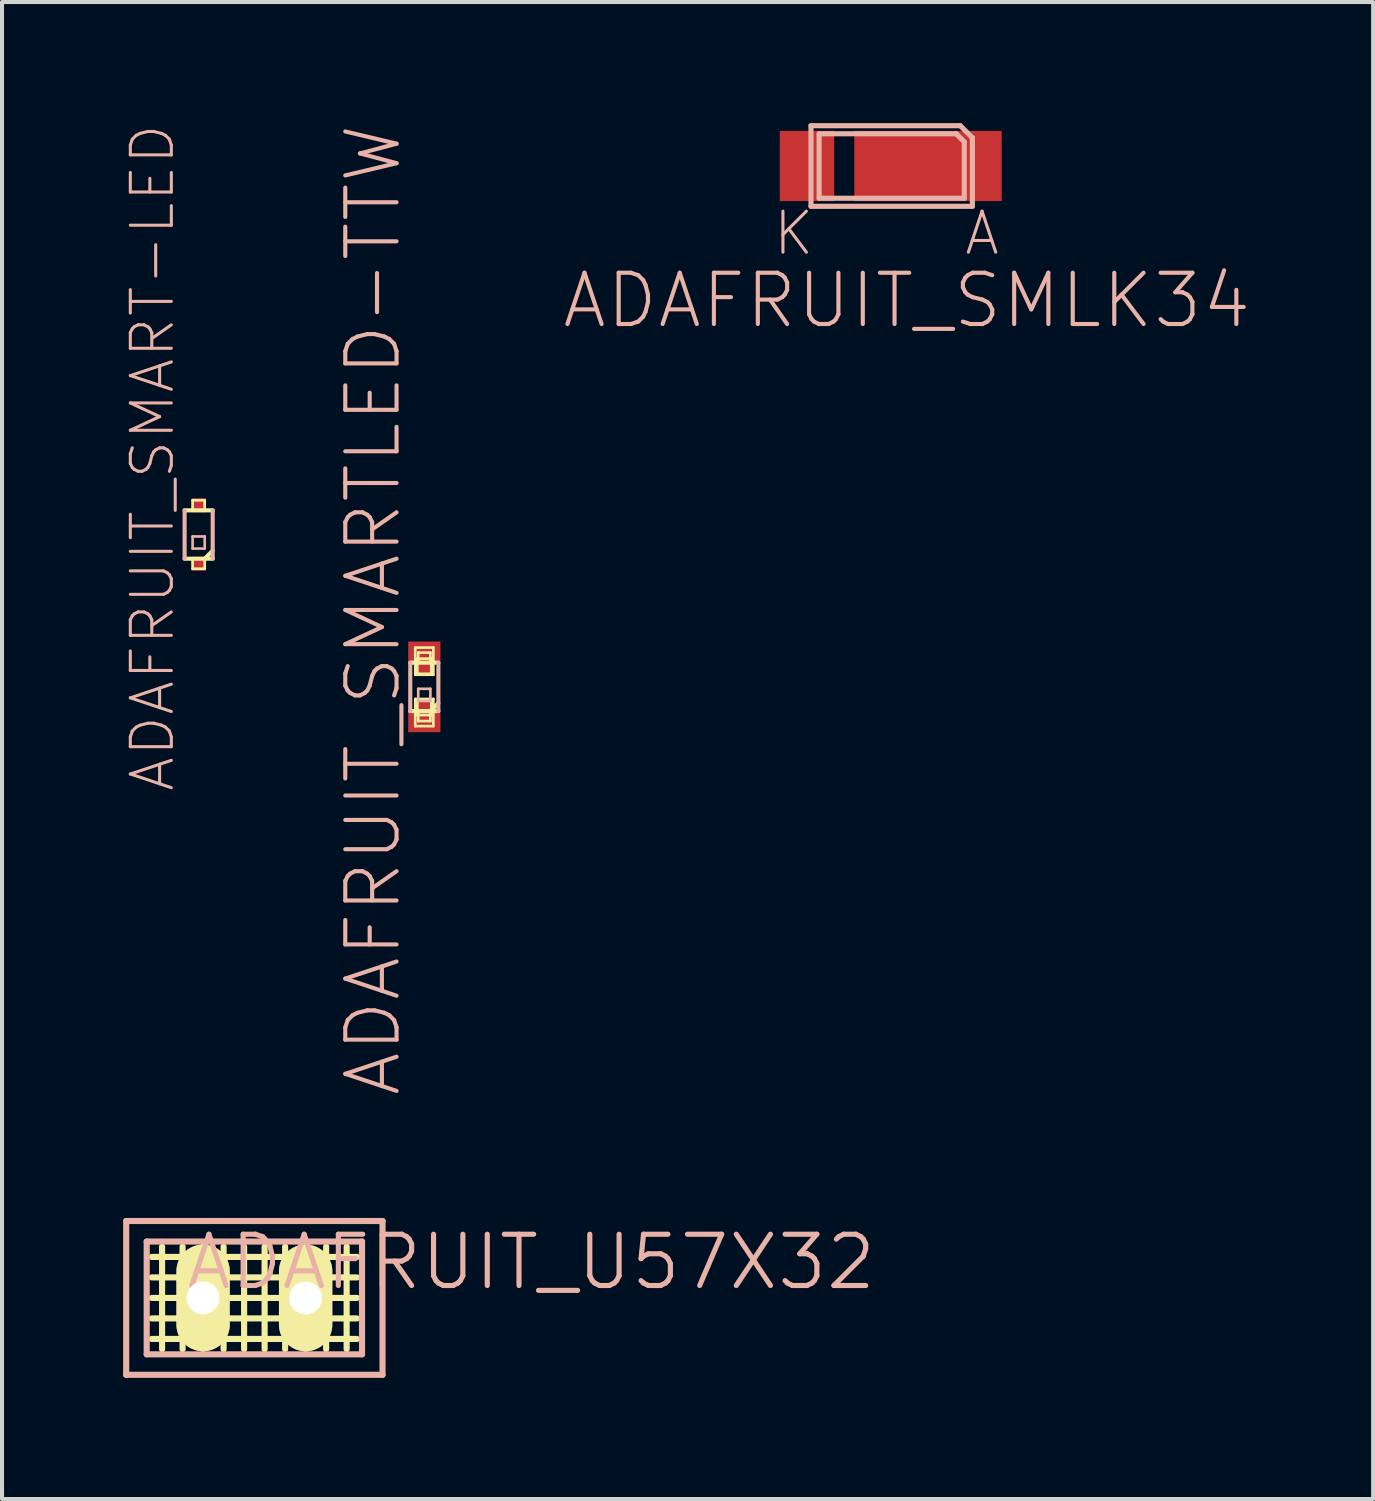
<source format=kicad_pcb>
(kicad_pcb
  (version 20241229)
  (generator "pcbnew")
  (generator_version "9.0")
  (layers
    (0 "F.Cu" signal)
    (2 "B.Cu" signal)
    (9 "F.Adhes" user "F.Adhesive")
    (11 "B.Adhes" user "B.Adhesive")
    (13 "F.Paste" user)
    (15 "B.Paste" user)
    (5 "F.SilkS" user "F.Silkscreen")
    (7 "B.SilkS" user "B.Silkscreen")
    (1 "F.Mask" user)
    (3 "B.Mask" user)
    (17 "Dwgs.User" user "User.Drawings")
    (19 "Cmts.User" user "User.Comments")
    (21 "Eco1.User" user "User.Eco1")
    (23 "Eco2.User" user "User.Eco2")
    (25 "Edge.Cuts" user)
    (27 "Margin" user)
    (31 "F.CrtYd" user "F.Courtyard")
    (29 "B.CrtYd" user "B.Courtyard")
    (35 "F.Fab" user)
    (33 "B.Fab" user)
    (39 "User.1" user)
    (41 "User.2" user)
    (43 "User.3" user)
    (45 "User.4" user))
  (footprint "ADAFRUIT_SMART-LED"
    (layer "F.Cu")
    (at 1.871 10.191)
    (property "Reference" "ADAFRUIT_SMART-LED" (at -1.143 -1.905 90) (layer "B.SilkS") (effects (font (size 1.016 1.016) (thickness 0.076))))
    (attr smd)
    (fp_line (start -0.348 -0.599) (end 0.348 -0.599) (stroke (width 0.102) (type solid)) (layer "F.SilkS"))
    (fp_line (start -0.15 -0.848) (end 0.15 -0.848) (stroke (width 0.066) (type solid)) (layer "F.SilkS"))
    (fp_line (start -0.15 -0.599) (end -0.15 -0.848) (stroke (width 0.066) (type solid)) (layer "F.SilkS"))
    (fp_line (start -0.15 -0.599) (end 0.15 -0.599) (stroke (width 0.066) (type solid)) (layer "F.SilkS"))
    (fp_line (start -0.15 0.599) (end 0.15 0.599) (stroke (width 0.066) (type solid)) (layer "F.SilkS"))
    (fp_line (start -0.15 0.848) (end -0.15 0.599) (stroke (width 0.066) (type solid)) (layer "F.SilkS"))
    (fp_line (start -0.15 0.848) (end 0.15 0.848) (stroke (width 0.066) (type solid)) (layer "F.SilkS"))
    (fp_line (start 0.15 -0.599) (end 0.15 -0.848) (stroke (width 0.066) (type solid)) (layer "F.SilkS"))
    (fp_line (start 0.15 0.848) (end 0.15 0.599) (stroke (width 0.066) (type solid)) (layer "F.SilkS"))
    (fp_line (start 0.348 0.399) (end 0.15 0.599) (stroke (width 0.102) (type solid)) (layer "F.SilkS"))
    (fp_line (start 0.348 0.599) (end -0.348 0.599) (stroke (width 0.102) (type solid)) (layer "F.SilkS"))
    (fp_line (start -0.348 0.599) (end -0.348 -0.599) (stroke (width 0.102) (type solid)) (layer "B.SilkS"))
    (fp_line (start -0.15 0.048) (end 0.15 0.048) (stroke (width 0.066) (type solid)) (layer "B.SilkS"))
    (fp_line (start -0.15 0.348) (end -0.15 0.048) (stroke (width 0.066) (type solid)) (layer "B.SilkS"))
    (fp_line (start -0.15 0.348) (end 0.15 0.348) (stroke (width 0.066) (type solid)) (layer "B.SilkS"))
    (fp_line (start 0.15 0.348) (end 0.15 0.048) (stroke (width 0.066) (type solid)) (layer "B.SilkS"))
    (fp_line (start 0.348 -0.599) (end 0.348 0.599) (stroke (width 0.102) (type solid)) (layer "B.SilkS"))
    (pad "A" smd rect (at 0 -0.724) (size 0.348 0.348) (layers "F.Cu" "F.Mask" "F.Paste"))
    (pad "B" smd rect (at 0 0.724) (size 0.348 0.348) (layers "F.Cu" "F.Mask" "F.Paste")))
  (footprint "ADAFRUIT_SMARTLED-TTW"
    (layer "F.Cu")
    (at 7.461 13.965)
    (property "Reference" "ADAFRUIT_SMARTLED-TTW" (at -1.27 -1.905 90) (layer "B.SilkS") (effects (font (size 1.27 1.27) (thickness 0.102))))
    (attr smd)
    (fp_line (start -0.348 -0.599) (end 0.348 -0.599) (stroke (width 0.102) (type solid)) (layer "F.SilkS"))
    (fp_line (start -0.224 -0.973) (end 0.224 -0.973) (stroke (width 0.066) (type solid)) (layer "F.SilkS"))
    (fp_line (start -0.224 -0.3) (end -0.224 -0.973) (stroke (width 0.066) (type solid)) (layer "F.SilkS"))
    (fp_line (start -0.224 -0.3) (end 0.224 -0.3) (stroke (width 0.066) (type solid)) (layer "F.SilkS"))
    (fp_line (start -0.224 0.3) (end 0.224 0.3) (stroke (width 0.066) (type solid)) (layer "F.SilkS"))
    (fp_line (start -0.224 0.973) (end -0.224 0.3) (stroke (width 0.066) (type solid)) (layer "F.SilkS"))
    (fp_line (start -0.224 0.973) (end 0.224 0.973) (stroke (width 0.066) (type solid)) (layer "F.SilkS"))
    (fp_line (start -0.173 -0.699) (end 0.173 -0.699) (stroke (width 0.066) (type solid)) (layer "F.SilkS"))
    (fp_line (start -0.173 -0.323) (end -0.173 -0.699) (stroke (width 0.066) (type solid)) (layer "F.SilkS"))
    (fp_line (start -0.173 -0.323) (end 0.173 -0.323) (stroke (width 0.066) (type solid)) (layer "F.SilkS"))
    (fp_line (start -0.173 0.323) (end 0.173 0.323) (stroke (width 0.066) (type solid)) (layer "F.SilkS"))
    (fp_line (start -0.173 0.699) (end -0.173 0.323) (stroke (width 0.066) (type solid)) (layer "F.SilkS"))
    (fp_line (start -0.173 0.699) (end 0.173 0.699) (stroke (width 0.066) (type solid)) (layer "F.SilkS"))
    (fp_line (start -0.15 -0.848) (end 0.15 -0.848) (stroke (width 0.066) (type solid)) (layer "F.SilkS"))
    (fp_line (start -0.15 -0.599) (end -0.15 -0.848) (stroke (width 0.066) (type solid)) (layer "F.SilkS"))
    (fp_line (start -0.15 -0.599) (end 0.15 -0.599) (stroke (width 0.066) (type solid)) (layer "F.SilkS"))
    (fp_line (start -0.15 0.599) (end 0.15 0.599) (stroke (width 0.066) (type solid)) (layer "F.SilkS"))
    (fp_line (start -0.15 0.848) (end -0.15 0.599) (stroke (width 0.066) (type solid)) (layer "F.SilkS"))
    (fp_line (start -0.15 0.848) (end 0.15 0.848) (stroke (width 0.066) (type solid)) (layer "F.SilkS"))
    (fp_line (start 0.15 -0.599) (end 0.15 -0.848) (stroke (width 0.066) (type solid)) (layer "F.SilkS"))
    (fp_line (start 0.15 0.848) (end 0.15 0.599) (stroke (width 0.066) (type solid)) (layer "F.SilkS"))
    (fp_line (start 0.173 -0.323) (end 0.173 -0.699) (stroke (width 0.066) (type solid)) (layer "F.SilkS"))
    (fp_line (start 0.173 0.699) (end 0.173 0.323) (stroke (width 0.066) (type solid)) (layer "F.SilkS"))
    (fp_line (start 0.224 -0.3) (end 0.224 -0.973) (stroke (width 0.066) (type solid)) (layer "F.SilkS"))
    (fp_line (start 0.224 0.973) (end 0.224 0.3) (stroke (width 0.066) (type solid)) (layer "F.SilkS"))
    (fp_line (start 0.348 0.399) (end 0.15 0.599) (stroke (width 0.102) (type solid)) (layer "F.SilkS"))
    (fp_line (start 0.348 0.599) (end -0.348 0.599) (stroke (width 0.102) (type solid)) (layer "F.SilkS"))
    (fp_line (start -0.348 0.599) (end -0.348 -0.599) (stroke (width 0.102) (type solid)) (layer "B.SilkS"))
    (fp_line (start -0.15 0.048) (end 0.15 0.048) (stroke (width 0.066) (type solid)) (layer "B.SilkS"))
    (fp_line (start -0.15 0.348) (end -0.15 0.048) (stroke (width 0.066) (type solid)) (layer "B.SilkS"))
    (fp_line (start -0.15 0.348) (end 0.15 0.348) (stroke (width 0.066) (type solid)) (layer "B.SilkS"))
    (fp_line (start 0.15 0.348) (end 0.15 0.048) (stroke (width 0.066) (type solid)) (layer "B.SilkS"))
    (fp_line (start 0.348 -0.599) (end 0.348 0.599) (stroke (width 0.102) (type solid)) (layer "B.SilkS"))
    (pad "A" smd rect (at 0 0.874) (size 0.798 0.498) (layers "F.Cu" "F.Mask" "F.Paste"))
    (pad "A@1" smd rect (at 0 0.498) (size 0.348 0.348) (layers "F.Cu" "F.Mask" "F.Paste"))
    (pad "C" smd rect (at 0 -0.874) (size 0.798 0.498) (layers "F.Cu" "F.Mask" "F.Paste"))
    (pad "C@1" smd rect (at 0 -0.498) (size 0.348 0.348) (layers "F.Cu" "F.Mask" "F.Paste")))
  (footprint "ADAFRUIT_U57X32"
    (layer "F.Cu")
    (at 3.251 29.102)
    (property "Reference" "ADAFRUIT_U57X32" (at 6.858 -0.889 0) (layer "B.SilkS") (effects (font (size 1.27 1.27) (thickness 0.127))))
    (attr exclude_from_pos_files exclude_from_bom)
    (fp_line (start -2.54 -1.016) (end 2.54 -1.016) (stroke (width 0.152) (type solid)) (layer "F.SilkS"))
    (fp_line (start -2.54 -0.508) (end 2.54 -0.508) (stroke (width 0.152) (type solid)) (layer "F.SilkS"))
    (fp_line (start -2.54 0) (end 2.54 0) (stroke (width 0.152) (type solid)) (layer "F.SilkS"))
    (fp_line (start -2.54 0.508) (end 2.54 0.508) (stroke (width 0.152) (type solid)) (layer "F.SilkS"))
    (fp_line (start -2.54 1.016) (end 2.54 1.016) (stroke (width 0.152) (type solid)) (layer "F.SilkS"))
    (fp_line (start -2.286 -1.27) (end -2.286 1.27) (stroke (width 0.152) (type solid)) (layer "F.SilkS"))
    (fp_line (start -1.778 -1.27) (end -1.778 1.27) (stroke (width 0.152) (type solid)) (layer "F.SilkS"))
    (fp_line (start -1.27 -1.27) (end -1.27 1.27) (stroke (width 0.152) (type solid)) (layer "F.SilkS"))
    (fp_line (start -0.762 -1.27) (end -0.762 1.27) (stroke (width 0.152) (type solid)) (layer "F.SilkS"))
    (fp_line (start -0.254 -1.27) (end -0.254 1.27) (stroke (width 0.152) (type solid)) (layer "F.SilkS"))
    (fp_line (start 0.254 -1.27) (end 0.254 1.27) (stroke (width 0.152) (type solid)) (layer "F.SilkS"))
    (fp_line (start 0.762 -1.27) (end 0.762 1.27) (stroke (width 0.152) (type solid)) (layer "F.SilkS"))
    (fp_line (start 1.27 -1.27) (end 1.27 1.27) (stroke (width 0.152) (type solid)) (layer "F.SilkS"))
    (fp_line (start 1.778 -1.27) (end 1.778 1.27) (stroke (width 0.152) (type solid)) (layer "F.SilkS"))
    (fp_line (start 2.286 -1.27) (end 2.286 1.27) (stroke (width 0.152) (type solid)) (layer "F.SilkS"))
    (fp_line (start -3.175 -1.905) (end -3.175 1.905) (stroke (width 0.152) (type solid)) (layer "B.SilkS"))
    (fp_line (start -3.175 -1.905) (end 3.175 -1.905) (stroke (width 0.152) (type solid)) (layer "B.SilkS"))
    (fp_line (start -2.667 -1.397) (end -2.667 1.397) (stroke (width 0.152) (type solid)) (layer "B.SilkS"))
    (fp_line (start -2.667 -1.397) (end 2.667 -1.397) (stroke (width 0.152) (type solid)) (layer "B.SilkS"))
    (fp_line (start 2.667 1.397) (end -2.667 1.397) (stroke (width 0.152) (type solid)) (layer "B.SilkS"))
    (fp_line (start 2.667 1.397) (end 2.667 -1.397) (stroke (width 0.152) (type solid)) (layer "B.SilkS"))
    (fp_line (start 3.175 1.905) (end -3.175 1.905) (stroke (width 0.152) (type solid)) (layer "B.SilkS"))
    (fp_line (start 3.175 1.905) (end 3.175 -1.905) (stroke (width 0.152) (type solid)) (layer "B.SilkS"))
    (pad "A" thru_hole oval (at -1.27 0 180) (size 1.321 2.642) (drill 0.813) (layers "*.Cu" "F.Mask" "F.SilkS" "F.Paste"))
    (pad "K" thru_hole oval (at 1.27 0 180) (size 1.321 2.642) (drill 0.813) (layers "*.Cu" "F.Mask" "F.SilkS" "F.Paste")))
  (footprint "ADAFRUIT_SMLK34"
    (layer "F.Cu")
    (at 19.039 1.062)
    (property "Reference" "ADAFRUIT_SMLK34" (at 0.373 3.332 0) (layer "B.SilkS") (effects (font (size 1.27 1.27) (thickness 0.102))))
    (attr smd)
    (fp_line (start -1.999 -0.998) (end 1.699 -0.998) (stroke (width 0.127) (type solid)) (layer "B.SilkS"))
    (fp_line (start -1.999 0.998) (end -1.999 -0.998) (stroke (width 0.127) (type solid)) (layer "B.SilkS"))
    (fp_line (start -1.798 -0.798) (end -1.798 0.798) (stroke (width 0.127) (type solid)) (layer "B.SilkS"))
    (fp_line (start -1.798 0.798) (end 1.798 0.798) (stroke (width 0.127) (type solid)) (layer "B.SilkS"))
    (fp_line (start 1.598 -0.798) (end -1.798 -0.798) (stroke (width 0.127) (type solid)) (layer "B.SilkS"))
    (fp_line (start 1.699 -0.998) (end 1.999 -0.699) (stroke (width 0.127) (type solid)) (layer "B.SilkS"))
    (fp_line (start 1.798 -0.599) (end 1.598 -0.798) (stroke (width 0.127) (type solid)) (layer "B.SilkS"))
    (fp_line (start 1.798 0.798) (end 1.798 -0.599) (stroke (width 0.127) (type solid)) (layer "B.SilkS"))
    (fp_line (start 1.999 -0.699) (end 1.999 0.998) (stroke (width 0.127) (type solid)) (layer "B.SilkS"))
    (fp_line (start 1.999 0.998) (end -1.999 0.998) (stroke (width 0.127) (type solid)) (layer "B.SilkS"))
    (fp_text user "A" (at 2.238 1.669 0) (layer "B.SilkS") (effects (font (size 1.016 1.016) (thickness 0.076))))
    (fp_text user "K" (at -2.428 1.669 0) (layer "B.SilkS") (effects (font (size 1.016 1.016) (thickness 0.076))))
    (pad "A" smd rect (at 0.899 0 180) (size 3.65 1.74) (layers "F.Cu" "F.Mask" "F.Paste"))
    (pad "K" smd rect (at -2.098 0 180) (size 1.349 1.74) (layers "F.Cu" "F.Mask" "F.Paste")))
  (gr_rect
    (start -3 -3)
    (end 30.965 34.083)
    (stroke (width 0.1) (type default))
    (fill no)
    (layer "Edge.Cuts")))
</source>
